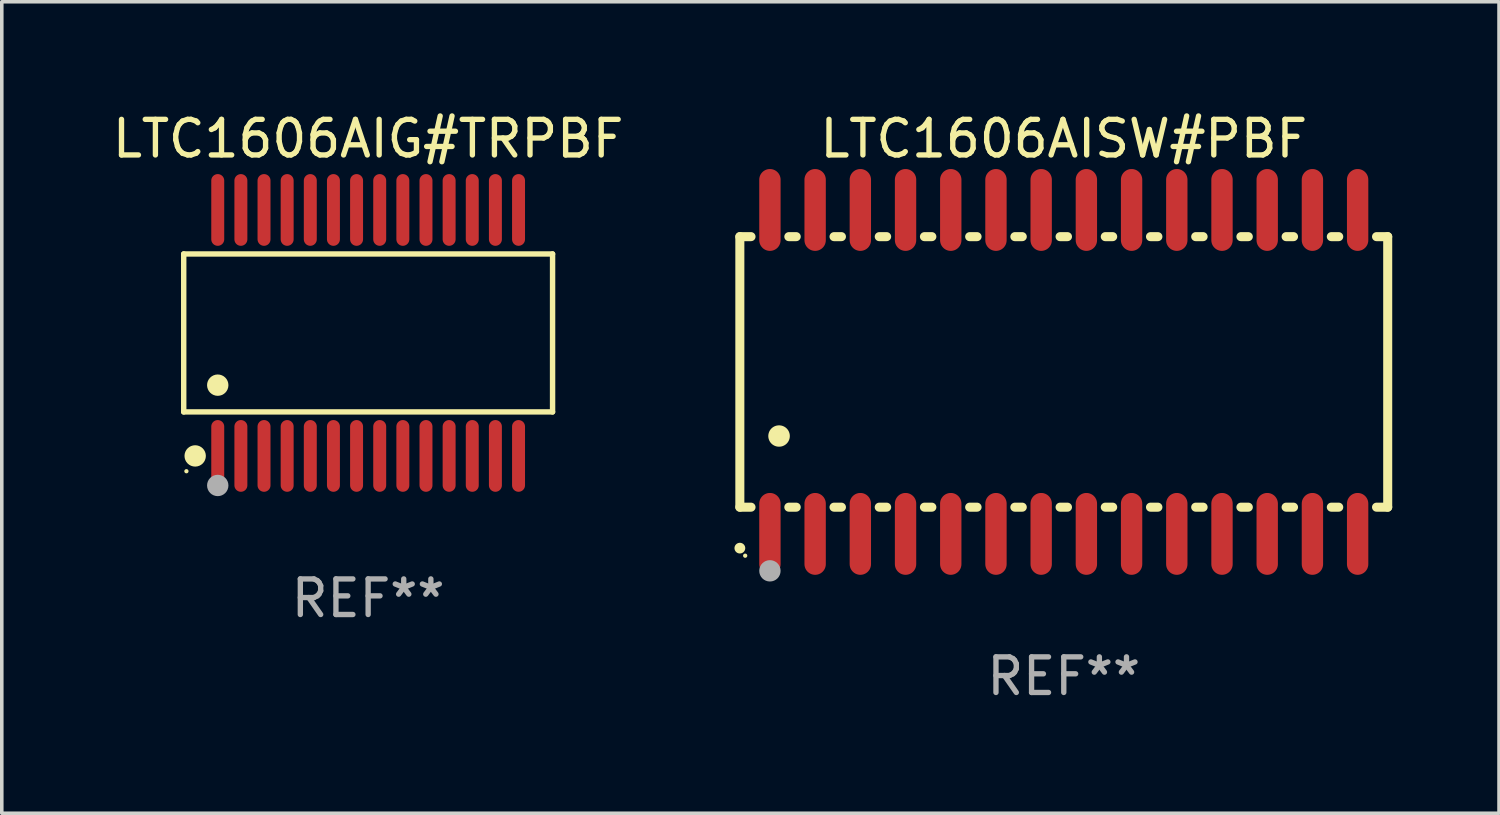
<source format=kicad_pcb>
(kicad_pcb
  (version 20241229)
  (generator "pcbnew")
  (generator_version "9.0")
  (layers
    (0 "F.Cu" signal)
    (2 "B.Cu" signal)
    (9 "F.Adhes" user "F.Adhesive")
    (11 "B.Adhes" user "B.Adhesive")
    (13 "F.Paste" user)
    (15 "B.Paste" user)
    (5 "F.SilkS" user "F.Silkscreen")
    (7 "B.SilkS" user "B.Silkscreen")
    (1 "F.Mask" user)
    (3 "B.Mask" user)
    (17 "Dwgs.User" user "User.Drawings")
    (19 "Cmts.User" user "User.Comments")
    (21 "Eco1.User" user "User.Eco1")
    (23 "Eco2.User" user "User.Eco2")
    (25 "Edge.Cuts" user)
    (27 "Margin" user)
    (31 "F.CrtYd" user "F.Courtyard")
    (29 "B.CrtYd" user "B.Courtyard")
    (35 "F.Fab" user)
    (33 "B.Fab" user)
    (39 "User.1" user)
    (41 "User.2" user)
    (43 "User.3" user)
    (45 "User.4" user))
  (footprint "LTC1606AISW#PBF"
    (layer "F.Cu")
    (at 26.834 7.398)
    (property "Reference" "LTC1606AISW#PBF" (at 0 -6.55 0) (layer "F.SilkS") (effects (font (size 1 1) (thickness 0.15))))
    (attr through_hole)
    (fp_line (start -9.1 -3.8) (end -9.1 3.8) (stroke (width 0.254) (type solid)) (layer "F.SilkS"))
    (fp_line (start -9.1 -3.8) (end -8.786 -3.8) (stroke (width 0.254) (type solid)) (layer "F.SilkS"))
    (fp_line (start -9.1 3.8) (end -8.786 3.8) (stroke (width 0.254) (type solid)) (layer "F.SilkS"))
    (fp_line (start -7.724 -3.8) (end -7.516 -3.8) (stroke (width 0.254) (type solid)) (layer "F.SilkS"))
    (fp_line (start -7.724 3.8) (end -7.516 3.8) (stroke (width 0.254) (type solid)) (layer "F.SilkS"))
    (fp_line (start -6.454 -3.8) (end -6.246 -3.8) (stroke (width 0.254) (type solid)) (layer "F.SilkS"))
    (fp_line (start -6.454 3.8) (end -6.246 3.8) (stroke (width 0.254) (type solid)) (layer "F.SilkS"))
    (fp_line (start -5.184 -3.8) (end -4.976 -3.8) (stroke (width 0.254) (type solid)) (layer "F.SilkS"))
    (fp_line (start -5.184 3.8) (end -4.976 3.8) (stroke (width 0.254) (type solid)) (layer "F.SilkS"))
    (fp_line (start -3.914 -3.8) (end -3.706 -3.8) (stroke (width 0.254) (type solid)) (layer "F.SilkS"))
    (fp_line (start -3.914 3.8) (end -3.706 3.8) (stroke (width 0.254) (type solid)) (layer "F.SilkS"))
    (fp_line (start -2.644 -3.8) (end -2.436 -3.8) (stroke (width 0.254) (type solid)) (layer "F.SilkS"))
    (fp_line (start -2.644 3.8) (end -2.436 3.8) (stroke (width 0.254) (type solid)) (layer "F.SilkS"))
    (fp_line (start -1.374 -3.8) (end -1.166 -3.8) (stroke (width 0.254) (type solid)) (layer "F.SilkS"))
    (fp_line (start -1.374 3.8) (end -1.166 3.8) (stroke (width 0.254) (type solid)) (layer "F.SilkS"))
    (fp_line (start -0.104 -3.8) (end 0.104 -3.8) (stroke (width 0.254) (type solid)) (layer "F.SilkS"))
    (fp_line (start -0.104 3.8) (end 0.104 3.8) (stroke (width 0.254) (type solid)) (layer "F.SilkS"))
    (fp_line (start 1.166 -3.8) (end 1.374 -3.8) (stroke (width 0.254) (type solid)) (layer "F.SilkS"))
    (fp_line (start 1.166 3.8) (end 1.374 3.8) (stroke (width 0.254) (type solid)) (layer "F.SilkS"))
    (fp_line (start 2.436 -3.8) (end 2.644 -3.8) (stroke (width 0.254) (type solid)) (layer "F.SilkS"))
    (fp_line (start 2.436 3.8) (end 2.644 3.8) (stroke (width 0.254) (type solid)) (layer "F.SilkS"))
    (fp_line (start 3.706 -3.8) (end 3.914 -3.8) (stroke (width 0.254) (type solid)) (layer "F.SilkS"))
    (fp_line (start 3.706 3.8) (end 3.914 3.8) (stroke (width 0.254) (type solid)) (layer "F.SilkS"))
    (fp_line (start 4.976 -3.8) (end 5.184 -3.8) (stroke (width 0.254) (type solid)) (layer "F.SilkS"))
    (fp_line (start 4.976 3.8) (end 5.184 3.8) (stroke (width 0.254) (type solid)) (layer "F.SilkS"))
    (fp_line (start 6.246 -3.8) (end 6.454 -3.8) (stroke (width 0.254) (type solid)) (layer "F.SilkS"))
    (fp_line (start 6.246 3.8) (end 6.454 3.8) (stroke (width 0.254) (type solid)) (layer "F.SilkS"))
    (fp_line (start 7.516 -3.8) (end 7.724 -3.8) (stroke (width 0.254) (type solid)) (layer "F.SilkS"))
    (fp_line (start 7.516 3.8) (end 7.724 3.8) (stroke (width 0.254) (type solid)) (layer "F.SilkS"))
    (fp_line (start 8.786 -3.8) (end 9.1 -3.8) (stroke (width 0.254) (type solid)) (layer "F.SilkS"))
    (fp_line (start 8.786 3.8) (end 9.1 3.8) (stroke (width 0.254) (type solid)) (layer "F.SilkS"))
    (fp_line (start 9.1 -3.8) (end 9.1 3.8) (stroke (width 0.254) (type solid)) (layer "F.SilkS"))
    (fp_arc (start -9.100864 4.95047) (mid -9.099594 4.950465) (end -9.098324 4.95047) (stroke (width 0.3) (type solid)) (layer "F.SilkS"))
    (fp_arc (start -8.001041 1.800864) (mid -7.998501 1.800853) (end -7.995961 1.800864) (stroke (width 0.6) (type solid)) (layer "F.SilkS"))
    (fp_circle (center -8.95 5.163) (end -8.92 5.163) (stroke (width 0.06) (type solid)) (fill no) (layer "F.SilkS"))
    (fp_circle (center -8.255 5.588) (end -8.105 5.588) (stroke (width 0.3) (type solid)) (fill no) (layer "F.Fab"))
    (fp_text user "REF**" (at 0 8.55 0) (layer "F.Fab") (effects (font (size 1 1) (thickness 0.15))))
    (pad "1" smd oval (at -8.255 4.55 180) (size 0.6 2.3) (layers "F.Cu" "F.Mask" "F.Paste"))
    (pad "2" smd oval (at -6.985 4.55 180) (size 0.6 2.3) (layers "F.Cu" "F.Mask" "F.Paste"))
    (pad "3" smd oval (at -5.715 4.55 180) (size 0.6 2.3) (layers "F.Cu" "F.Mask" "F.Paste"))
    (pad "4" smd oval (at -4.445 4.55 180) (size 0.6 2.3) (layers "F.Cu" "F.Mask" "F.Paste"))
    (pad "5" smd oval (at -3.175 4.55 180) (size 0.6 2.3) (layers "F.Cu" "F.Mask" "F.Paste"))
    (pad "6" smd oval (at -1.905 4.55 180) (size 0.6 2.3) (layers "F.Cu" "F.Mask" "F.Paste"))
    (pad "7" smd oval (at -0.635 4.55 180) (size 0.6 2.3) (layers "F.Cu" "F.Mask" "F.Paste"))
    (pad "8" smd oval (at 0.635 4.55 180) (size 0.6 2.3) (layers "F.Cu" "F.Mask" "F.Paste"))
    (pad "9" smd oval (at 1.905 4.55 180) (size 0.6 2.3) (layers "F.Cu" "F.Mask" "F.Paste"))
    (pad "10" smd oval (at 3.175 4.55 180) (size 0.6 2.3) (layers "F.Cu" "F.Mask" "F.Paste"))
    (pad "11" smd oval (at 4.445 4.55 180) (size 0.6 2.3) (layers "F.Cu" "F.Mask" "F.Paste"))
    (pad "12" smd oval (at 5.715 4.55 180) (size 0.6 2.3) (layers "F.Cu" "F.Mask" "F.Paste"))
    (pad "13" smd oval (at 6.985 4.55 180) (size 0.6 2.3) (layers "F.Cu" "F.Mask" "F.Paste"))
    (pad "14" smd oval (at 8.255 4.55 180) (size 0.6 2.3) (layers "F.Cu" "F.Mask" "F.Paste"))
    (pad "15" smd oval (at 8.255 -4.55 180) (size 0.6 2.3) (layers "F.Cu" "F.Mask" "F.Paste"))
    (pad "16" smd oval (at 6.985 -4.55 180) (size 0.6 2.3) (layers "F.Cu" "F.Mask" "F.Paste"))
    (pad "17" smd oval (at 5.715 -4.55 180) (size 0.6 2.3) (layers "F.Cu" "F.Mask" "F.Paste"))
    (pad "18" smd oval (at 4.445 -4.55 180) (size 0.6 2.3) (layers "F.Cu" "F.Mask" "F.Paste"))
    (pad "19" smd oval (at 3.175 -4.55 180) (size 0.6 2.3) (layers "F.Cu" "F.Mask" "F.Paste"))
    (pad "20" smd oval (at 1.905 -4.55 180) (size 0.6 2.3) (layers "F.Cu" "F.Mask" "F.Paste"))
    (pad "21" smd oval (at 0.635 -4.55 180) (size 0.6 2.3) (layers "F.Cu" "F.Mask" "F.Paste"))
    (pad "22" smd oval (at -0.635 -4.55 180) (size 0.6 2.3) (layers "F.Cu" "F.Mask" "F.Paste"))
    (pad "23" smd oval (at -1.905 -4.55 180) (size 0.6 2.3) (layers "F.Cu" "F.Mask" "F.Paste"))
    (pad "24" smd oval (at -3.175 -4.55 180) (size 0.6 2.3) (layers "F.Cu" "F.Mask" "F.Paste"))
    (pad "25" smd oval (at -4.445 -4.55 180) (size 0.6 2.3) (layers "F.Cu" "F.Mask" "F.Paste"))
    (pad "26" smd oval (at -5.715 -4.55 180) (size 0.6 2.3) (layers "F.Cu" "F.Mask" "F.Paste"))
    (pad "27" smd oval (at -6.985 -4.55 180) (size 0.6 2.3) (layers "F.Cu" "F.Mask" "F.Paste"))
    (pad "28" smd oval (at -8.255 -4.55 180) (size 0.6 2.3) (layers "F.Cu" "F.Mask" "F.Paste")))
  (footprint "LTC1606AIG#TRPBF"
    (layer "F.Cu")
    (at 7.292 6.303)
    (property "Reference" "LTC1606AIG#TRPBF" (at 0 -5.455 0) (layer "F.SilkS") (effects (font (size 1 1) (thickness 0.15))))
    (attr through_hole)
    (fp_line (start -5.181 -2.219) (end 5.181 -2.219) (stroke (width 0.152) (type solid)) (layer "F.SilkS"))
    (fp_line (start -5.181 2.219) (end -5.181 -2.219) (stroke (width 0.152) (type solid)) (layer "F.SilkS"))
    (fp_line (start 5.181 -2.219) (end 5.181 2.219) (stroke (width 0.152) (type solid)) (layer "F.SilkS"))
    (fp_line (start 5.181 2.219) (end -5.181 2.219) (stroke (width 0.152) (type solid)) (layer "F.SilkS"))
    (fp_circle (center -5.105 3.885) (end -5.075 3.885) (stroke (width 0.06) (type solid)) (fill no) (layer "F.SilkS"))
    (fp_circle (center -4.859 3.455) (end -4.709 3.455) (stroke (width 0.3) (type solid)) (fill no) (layer "F.SilkS"))
    (fp_circle (center -4.225 1.467) (end -4.075 1.467) (stroke (width 0.3) (type solid)) (fill no) (layer "F.SilkS"))
    (fp_circle (center -4.225 4.285) (end -4.075 4.285) (stroke (width 0.3) (type solid)) (fill no) (layer "F.Fab"))
    (fp_text user "REF**" (at 0 7.455 0) (layer "F.Fab") (effects (font (size 1 1) (thickness 0.15))))
    (pad "1" smd oval (at -4.225 3.455) (size 0.364 2.015) (layers "F.Cu" "F.Mask" "F.Paste"))
    (pad "2" smd oval (at -3.575 3.455) (size 0.364 2.015) (layers "F.Cu" "F.Mask" "F.Paste"))
    (pad "3" smd oval (at -2.925 3.455) (size 0.364 2.015) (layers "F.Cu" "F.Mask" "F.Paste"))
    (pad "4" smd oval (at -2.275 3.455) (size 0.364 2.015) (layers "F.Cu" "F.Mask" "F.Paste"))
    (pad "5" smd oval (at -1.625 3.455) (size 0.364 2.015) (layers "F.Cu" "F.Mask" "F.Paste"))
    (pad "6" smd oval (at -0.975 3.455) (size 0.364 2.015) (layers "F.Cu" "F.Mask" "F.Paste"))
    (pad "7" smd oval (at -0.325 3.455) (size 0.364 2.015) (layers "F.Cu" "F.Mask" "F.Paste"))
    (pad "8" smd oval (at 0.325 3.455) (size 0.364 2.015) (layers "F.Cu" "F.Mask" "F.Paste"))
    (pad "9" smd oval (at 0.975 3.455) (size 0.364 2.015) (layers "F.Cu" "F.Mask" "F.Paste"))
    (pad "10" smd oval (at 1.625 3.455) (size 0.364 2.015) (layers "F.Cu" "F.Mask" "F.Paste"))
    (pad "11" smd oval (at 2.275 3.455) (size 0.364 2.015) (layers "F.Cu" "F.Mask" "F.Paste"))
    (pad "12" smd oval (at 2.925 3.455) (size 0.364 2.015) (layers "F.Cu" "F.Mask" "F.Paste"))
    (pad "13" smd oval (at 3.575 3.455) (size 0.364 2.015) (layers "F.Cu" "F.Mask" "F.Paste"))
    (pad "14" smd oval (at 4.225 3.455) (size 0.364 2.015) (layers "F.Cu" "F.Mask" "F.Paste"))
    (pad "15" smd oval (at 4.225 -3.455) (size 0.364 2.015) (layers "F.Cu" "F.Mask" "F.Paste"))
    (pad "16" smd oval (at 3.575 -3.455) (size 0.364 2.015) (layers "F.Cu" "F.Mask" "F.Paste"))
    (pad "17" smd oval (at 2.925 -3.455) (size 0.364 2.015) (layers "F.Cu" "F.Mask" "F.Paste"))
    (pad "18" smd oval (at 2.275 -3.455) (size 0.364 2.015) (layers "F.Cu" "F.Mask" "F.Paste"))
    (pad "19" smd oval (at 1.625 -3.455) (size 0.364 2.015) (layers "F.Cu" "F.Mask" "F.Paste"))
    (pad "20" smd oval (at 0.975 -3.455) (size 0.364 2.015) (layers "F.Cu" "F.Mask" "F.Paste"))
    (pad "21" smd oval (at 0.325 -3.455) (size 0.364 2.015) (layers "F.Cu" "F.Mask" "F.Paste"))
    (pad "22" smd oval (at -0.325 -3.455) (size 0.364 2.015) (layers "F.Cu" "F.Mask" "F.Paste"))
    (pad "23" smd oval (at -0.975 -3.455) (size 0.364 2.015) (layers "F.Cu" "F.Mask" "F.Paste"))
    (pad "24" smd oval (at -1.625 -3.455) (size 0.364 2.015) (layers "F.Cu" "F.Mask" "F.Paste"))
    (pad "25" smd oval (at -2.275 -3.455) (size 0.364 2.015) (layers "F.Cu" "F.Mask" "F.Paste"))
    (pad "26" smd oval (at -2.925 -3.455) (size 0.364 2.015) (layers "F.Cu" "F.Mask" "F.Paste"))
    (pad "27" smd oval (at -3.575 -3.455) (size 0.364 2.015) (layers "F.Cu" "F.Mask" "F.Paste"))
    (pad "28" smd oval (at -4.225 -3.455) (size 0.364 2.015) (layers "F.Cu" "F.Mask" "F.Paste")))
  (gr_rect
    (start -3 -3)
    (end 39.061 19.796)
    (stroke (width 0.1) (type default))
    (fill no)
    (layer "Edge.Cuts")))
</source>
